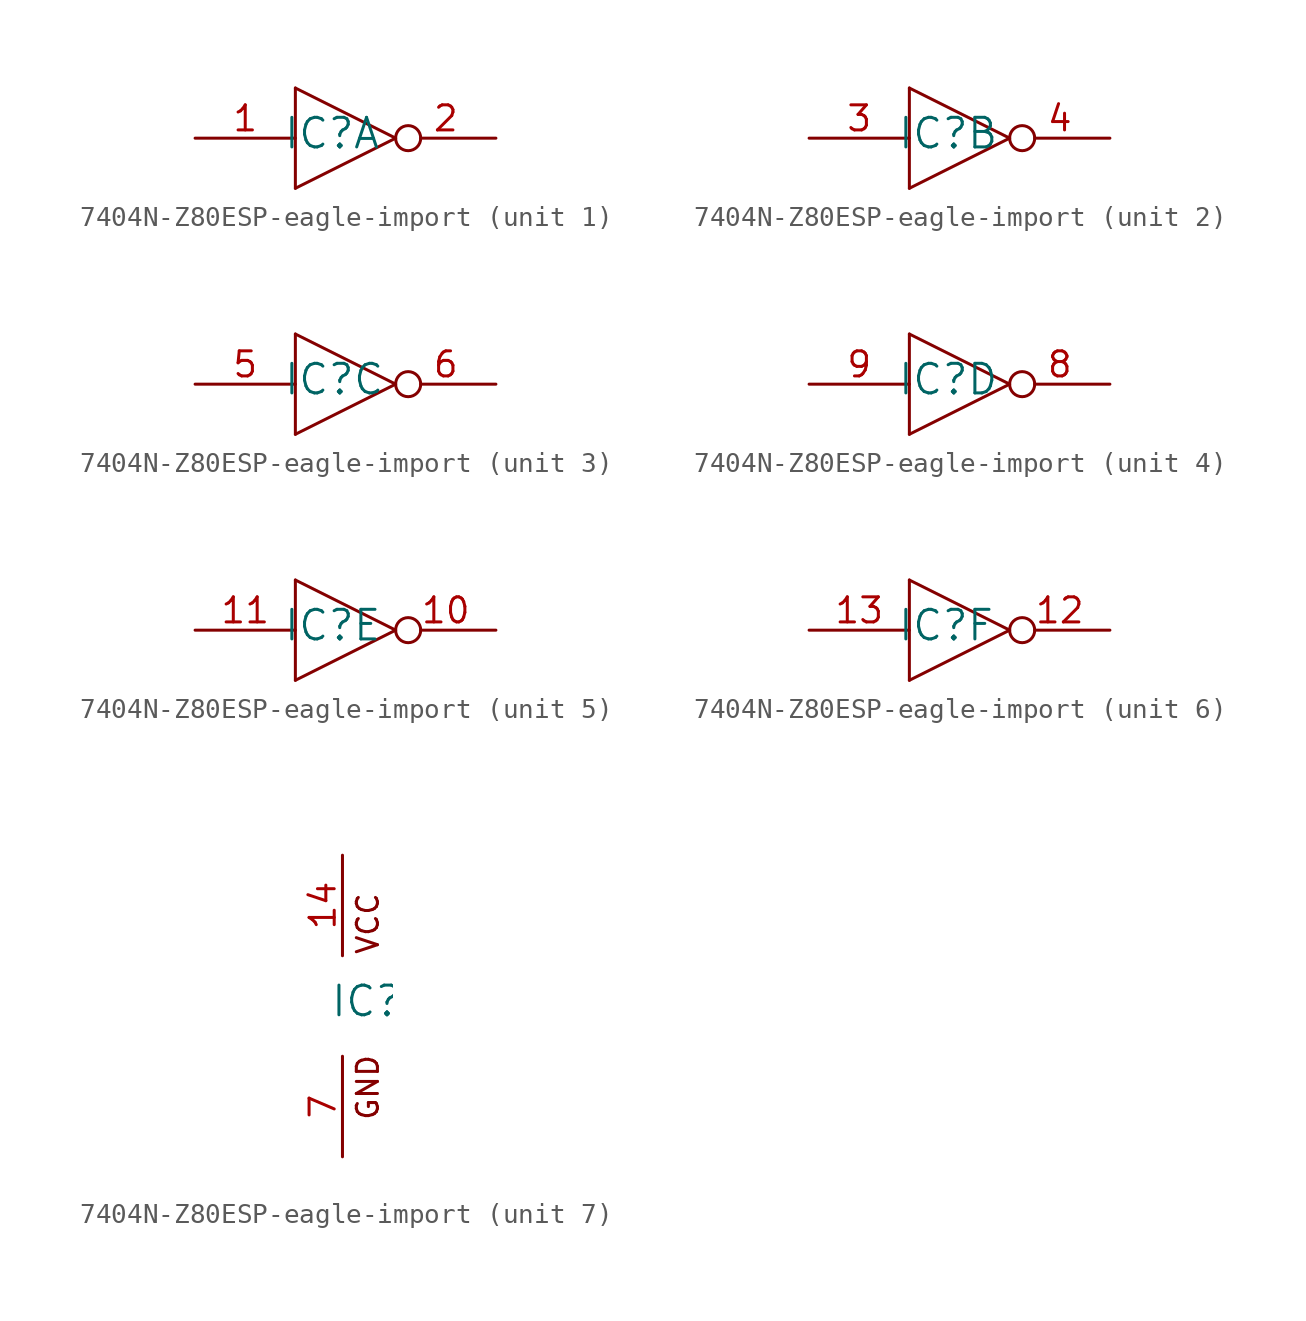
<source format=kicad_sym>
(kicad_symbol_lib
  (version 20220914)
  (generator kicad_symbol_editor)
  (symbol "7404N-Z80ESP-eagle-import"
    (pin_names
      (offset 1.016))
    (property "Reference" "IC"
      (at -0.635 -0.635 0)
      (effects (font (size 1.499 1.499)) (justify left bottom)))
    (property "ki_locked" ""
      (at 0 0 0)
      (effects (font (size 1.27 1.27))))
    (symbol "7404N-Z80ESP-eagle-import_1_0"
      (polyline (pts (xy 0 -2.54) (xy 5.08 0)) (stroke (width 0) (type solid)) (fill (type none)))
      (polyline (pts (xy 0 2.54) (xy 0 -2.54)) (stroke (width 0) (type solid)) (fill (type none)))
      (polyline (pts (xy 5.08 0) (xy 0 2.54)) (stroke (width 0) (type solid)) (fill (type none)))
      (pin input line (at -5.08 0 0) (length 5.08) (name "I" (effects (font (size 0 0)))) (number "1" (effects (font (size 1.27 1.27)))))
      (pin output inverted (at 10.16 0 180) (length 5.08) (name "O" (effects (font (size 0 0)))) (number "2" (effects (font (size 1.27 1.27))))))
    (symbol "7404N-Z80ESP-eagle-import_2_0"
      (polyline (pts (xy 0 -2.54) (xy 5.08 0)) (stroke (width 0) (type solid)) (fill (type none)))
      (polyline (pts (xy 0 2.54) (xy 0 -2.54)) (stroke (width 0) (type solid)) (fill (type none)))
      (polyline (pts (xy 5.08 0) (xy 0 2.54)) (stroke (width 0) (type solid)) (fill (type none)))
      (pin input line (at -5.08 0 0) (length 5.08) (name "I" (effects (font (size 0 0)))) (number "3" (effects (font (size 1.27 1.27)))))
      (pin output inverted (at 10.16 0 180) (length 5.08) (name "O" (effects (font (size 0 0)))) (number "4" (effects (font (size 1.27 1.27))))))
    (symbol "7404N-Z80ESP-eagle-import_3_0"
      (polyline (pts (xy 0 -2.54) (xy 5.08 0)) (stroke (width 0) (type solid)) (fill (type none)))
      (polyline (pts (xy 0 2.54) (xy 0 -2.54)) (stroke (width 0) (type solid)) (fill (type none)))
      (polyline (pts (xy 5.08 0) (xy 0 2.54)) (stroke (width 0) (type solid)) (fill (type none)))
      (pin input line (at -5.08 0 0) (length 5.08) (name "I" (effects (font (size 0 0)))) (number "5" (effects (font (size 1.27 1.27)))))
      (pin output inverted (at 10.16 0 180) (length 5.08) (name "O" (effects (font (size 0 0)))) (number "6" (effects (font (size 1.27 1.27))))))
    (symbol "7404N-Z80ESP-eagle-import_4_0"
      (polyline (pts (xy 0 -2.54) (xy 5.08 0)) (stroke (width 0) (type solid)) (fill (type none)))
      (polyline (pts (xy 0 2.54) (xy 0 -2.54)) (stroke (width 0) (type solid)) (fill (type none)))
      (polyline (pts (xy 5.08 0) (xy 0 2.54)) (stroke (width 0) (type solid)) (fill (type none)))
      (pin output inverted (at 10.16 0 180) (length 5.08) (name "O" (effects (font (size 0 0)))) (number "8" (effects (font (size 1.27 1.27)))))
      (pin input line (at -5.08 0 0) (length 5.08) (name "I" (effects (font (size 0 0)))) (number "9" (effects (font (size 1.27 1.27))))))
    (symbol "7404N-Z80ESP-eagle-import_5_0"
      (polyline (pts (xy 0 -2.54) (xy 5.08 0)) (stroke (width 0) (type solid)) (fill (type none)))
      (polyline (pts (xy 0 2.54) (xy 0 -2.54)) (stroke (width 0) (type solid)) (fill (type none)))
      (polyline (pts (xy 5.08 0) (xy 0 2.54)) (stroke (width 0) (type solid)) (fill (type none)))
      (pin output inverted (at 10.16 0 180) (length 5.08) (name "O" (effects (font (size 0 0)))) (number "10" (effects (font (size 1.27 1.27)))))
      (pin input line (at -5.08 0 0) (length 5.08) (name "I" (effects (font (size 0 0)))) (number "11" (effects (font (size 1.27 1.27))))))
    (symbol "7404N-Z80ESP-eagle-import_6_0"
      (polyline (pts (xy 0 -2.54) (xy 5.08 0)) (stroke (width 0) (type solid)) (fill (type none)))
      (polyline (pts (xy 0 2.54) (xy 0 -2.54)) (stroke (width 0) (type solid)) (fill (type none)))
      (polyline (pts (xy 5.08 0) (xy 0 2.54)) (stroke (width 0) (type solid)) (fill (type none)))
      (pin output inverted (at 10.16 0 180) (length 5.08) (name "O" (effects (font (size 0 0)))) (number "12" (effects (font (size 1.27 1.27)))))
      (pin input line (at -5.08 0 0) (length 5.08) (name "I" (effects (font (size 0 0)))) (number "13" (effects (font (size 1.27 1.27))))))
    (symbol "7404N-Z80ESP-eagle-import_7_0"
      (text "GND" (at 1.905 -5.842 900) (effects (font (size 1.067 1.067)) (justify left bottom)))
      (text "VCC" (at 1.905 2.54 900) (effects (font (size 1.067 1.067)) (justify left bottom)))
      (pin power_in line (at 0 7.62 270) (length 5.08) (name "VCC" (effects (font (size 0 0)))) (number "14" (effects (font (size 1.27 1.27)))))
      (pin power_in line (at 0 -7.62 90) (length 5.08) (name "GND" (effects (font (size 0 0)))) (number "7" (effects (font (size 1.27 1.27))))))))
</source>
